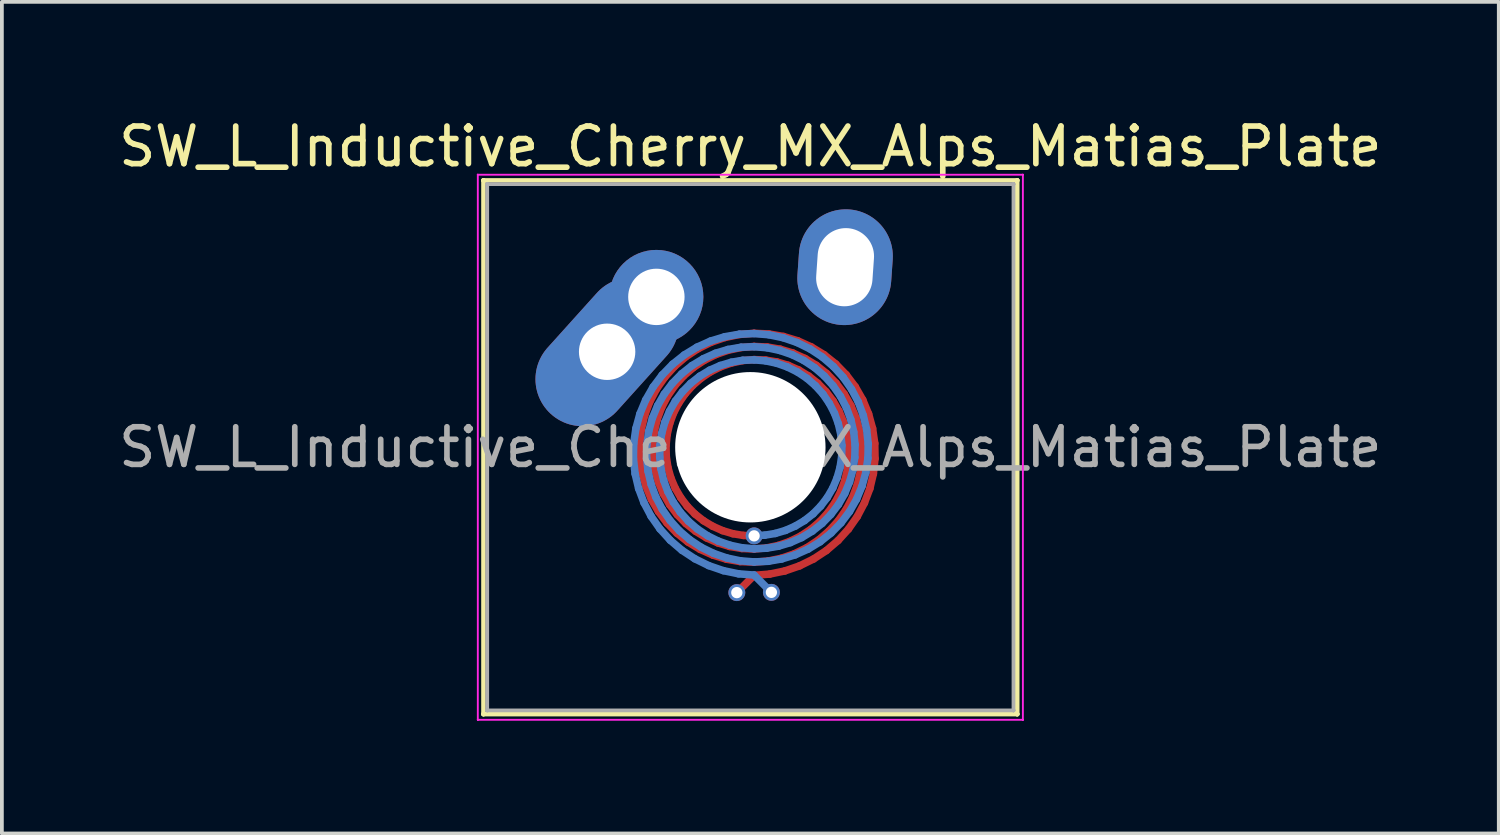
<source format=kicad_pcb>
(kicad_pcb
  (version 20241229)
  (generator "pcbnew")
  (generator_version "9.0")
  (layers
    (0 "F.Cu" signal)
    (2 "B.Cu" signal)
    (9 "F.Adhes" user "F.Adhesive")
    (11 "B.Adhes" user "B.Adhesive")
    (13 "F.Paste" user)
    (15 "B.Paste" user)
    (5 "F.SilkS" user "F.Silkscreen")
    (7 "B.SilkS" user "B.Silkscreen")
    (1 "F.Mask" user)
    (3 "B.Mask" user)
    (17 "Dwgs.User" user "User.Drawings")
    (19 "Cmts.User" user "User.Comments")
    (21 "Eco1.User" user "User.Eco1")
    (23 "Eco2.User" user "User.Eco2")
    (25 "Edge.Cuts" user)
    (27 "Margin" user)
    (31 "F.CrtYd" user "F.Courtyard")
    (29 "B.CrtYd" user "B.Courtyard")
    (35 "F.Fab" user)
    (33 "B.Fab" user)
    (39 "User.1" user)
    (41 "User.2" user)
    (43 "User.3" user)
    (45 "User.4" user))
  (footprint "SW_L_Inductive_Cherry_MX_Alps_Matias_Plate"
    (layer "F.Cu")
    (at 16.911 8.848)
    (property "Reference" "SW_L_Inductive_Cherry_MX_Alps_Matias_Plate" (at 0 -8 0) (layer "F.SilkS") (effects (font (size 1 1) (thickness 0.15))))
    (attr through_hole)
    (fp_line (start -2.942 -0.091) (end -2.901 -0.472) (stroke (width 0.2) (type solid)) (layer "F.Cu"))
    (fp_line (start -2.935 0.291) (end -2.942 -0.091) (stroke (width 0.2) (type solid)) (layer "F.Cu"))
    (fp_line (start -2.901 -0.472) (end -2.812 -0.846) (stroke (width 0.2) (type solid)) (layer "F.Cu"))
    (fp_line (start -2.88 0.669) (end -2.935 0.291) (stroke (width 0.2) (type solid)) (layer "F.Cu"))
    (fp_line (start -2.812 -0.846) (end -2.677 -1.207) (stroke (width 0.2) (type solid)) (layer "F.Cu"))
    (fp_line (start -2.779 1.035) (end -2.88 0.669) (stroke (width 0.2) (type solid)) (layer "F.Cu"))
    (fp_line (start -2.677 -1.207) (end -2.497 -1.548) (stroke (width 0.2) (type solid)) (layer "F.Cu"))
    (fp_line (start -2.633 1.386) (end -2.779 1.035) (stroke (width 0.2) (type solid)) (layer "F.Cu"))
    (fp_line (start -2.593 -0.069) (end -2.557 -0.407) (stroke (width 0.2) (type solid)) (layer "F.Cu"))
    (fp_line (start -2.586 0.269) (end -2.593 -0.069) (stroke (width 0.2) (type solid)) (layer "F.Cu"))
    (fp_line (start -2.557 -0.407) (end -2.479 -0.738) (stroke (width 0.2) (type solid)) (layer "F.Cu"))
    (fp_line (start -2.536 0.603) (end -2.586 0.269) (stroke (width 0.2) (type solid)) (layer "F.Cu"))
    (fp_line (start -2.497 -1.548) (end -2.275 -1.865) (stroke (width 0.2) (type solid)) (layer "F.Cu"))
    (fp_line (start -2.479 -0.738) (end -2.36 -1.058) (stroke (width 0.2) (type solid)) (layer "F.Cu"))
    (fp_line (start -2.446 0.927) (end -2.536 0.603) (stroke (width 0.2) (type solid)) (layer "F.Cu"))
    (fp_line (start -2.444 1.714) (end -2.633 1.386) (stroke (width 0.2) (type solid)) (layer "F.Cu"))
    (fp_line (start -2.36 -1.058) (end -2.202 -1.361) (stroke (width 0.2) (type solid)) (layer "F.Cu"))
    (fp_line (start -2.316 1.237) (end -2.446 0.927) (stroke (width 0.2) (type solid)) (layer "F.Cu"))
    (fp_line (start -2.275 -1.865) (end -2.015 -2.153) (stroke (width 0.2) (type solid)) (layer "F.Cu"))
    (fp_line (start -2.243 -0.047) (end -2.213 -0.341) (stroke (width 0.2) (type solid)) (layer "F.Cu"))
    (fp_line (start -2.236 0.247) (end -2.243 -0.047) (stroke (width 0.2) (type solid)) (layer "F.Cu"))
    (fp_line (start -2.216 2.016) (end -2.444 1.714) (stroke (width 0.2) (type solid)) (layer "F.Cu"))
    (fp_line (start -2.213 -0.341) (end -2.146 -0.63) (stroke (width 0.2) (type solid)) (layer "F.Cu"))
    (fp_line (start -2.202 -1.361) (end -2.006 -1.642) (stroke (width 0.2) (type solid)) (layer "F.Cu"))
    (fp_line (start -2.193 0.537) (end -2.236 0.247) (stroke (width 0.2) (type solid)) (layer "F.Cu"))
    (fp_line (start -2.148 1.527) (end -2.316 1.237) (stroke (width 0.2) (type solid)) (layer "F.Cu"))
    (fp_line (start -2.146 -0.63) (end -2.044 -0.909) (stroke (width 0.2) (type solid)) (layer "F.Cu"))
    (fp_line (start -2.113 0.819) (end -2.193 0.537) (stroke (width 0.2) (type solid)) (layer "F.Cu"))
    (fp_line (start -2.044 -0.909) (end -1.906 -1.173) (stroke (width 0.2) (type solid)) (layer "F.Cu"))
    (fp_line (start -2.015 -2.153) (end -1.72 -2.406) (stroke (width 0.2) (type solid)) (layer "F.Cu"))
    (fp_line (start -2.006 -1.642) (end -1.776 -1.897) (stroke (width 0.2) (type solid)) (layer "F.Cu"))
    (fp_line (start -1.999 1.088) (end -2.113 0.819) (stroke (width 0.2) (type solid)) (layer "F.Cu"))
    (fp_line (start -1.953 2.286) (end -2.216 2.016) (stroke (width 0.2) (type solid)) (layer "F.Cu"))
    (fp_line (start -1.946 1.793) (end -2.148 1.527) (stroke (width 0.2) (type solid)) (layer "F.Cu"))
    (fp_line (start -1.906 -1.173) (end -1.736 -1.419) (stroke (width 0.2) (type solid)) (layer "F.Cu"))
    (fp_line (start -1.853 1.339) (end -1.999 1.088) (stroke (width 0.2) (type solid)) (layer "F.Cu"))
    (fp_line (start -1.776 -1.897) (end -1.515 -2.122) (stroke (width 0.2) (type solid)) (layer "F.Cu"))
    (fp_line (start -1.736 -1.419) (end -1.536 -1.642) (stroke (width 0.2) (type solid)) (layer "F.Cu"))
    (fp_line (start -1.72 -2.406) (end -1.395 -2.62) (stroke (width 0.2) (type solid)) (layer "F.Cu"))
    (fp_line (start -1.713 2.031) (end -1.946 1.793) (stroke (width 0.2) (type solid)) (layer "F.Cu"))
    (fp_line (start -1.677 1.57) (end -1.853 1.339) (stroke (width 0.2) (type solid)) (layer "F.Cu"))
    (fp_line (start -1.659 2.521) (end -1.953 2.286) (stroke (width 0.2) (type solid)) (layer "F.Cu"))
    (fp_line (start -1.536 -1.642) (end -1.309 -1.839) (stroke (width 0.2) (type solid)) (layer "F.Cu"))
    (fp_line (start -1.515 -2.122) (end -1.227 -2.313) (stroke (width 0.2) (type solid)) (layer "F.Cu"))
    (fp_line (start -1.474 1.776) (end -1.677 1.57) (stroke (width 0.2) (type solid)) (layer "F.Cu"))
    (fp_line (start -1.453 2.237) (end -1.713 2.031) (stroke (width 0.2) (type solid)) (layer "F.Cu"))
    (fp_line (start -1.395 -2.62) (end -1.045 -2.793) (stroke (width 0.2) (type solid)) (layer "F.Cu"))
    (fp_line (start -1.338 2.716) (end -1.659 2.521) (stroke (width 0.2) (type solid)) (layer "F.Cu"))
    (fp_line (start -1.309 -1.839) (end -1.058 -2.007) (stroke (width 0.2) (type solid)) (layer "F.Cu"))
    (fp_line (start -1.247 1.954) (end -1.474 1.776) (stroke (width 0.2) (type solid)) (layer "F.Cu"))
    (fp_line (start -1.227 -2.313) (end -0.916 -2.467) (stroke (width 0.2) (type solid)) (layer "F.Cu"))
    (fp_line (start -1.169 2.409) (end -1.453 2.237) (stroke (width 0.2) (type solid)) (layer "F.Cu"))
    (fp_line (start -1.058 -2.007) (end -0.788 -2.142) (stroke (width 0.2) (type solid)) (layer "F.Cu"))
    (fp_line (start -1.045 -2.793) (end -0.675 -2.92) (stroke (width 0.2) (type solid)) (layer "F.Cu"))
    (fp_line (start -1.001 2.102) (end -1.247 1.954) (stroke (width 0.2) (type solid)) (layer "F.Cu"))
    (fp_line (start -0.996 2.869) (end -1.338 2.716) (stroke (width 0.2) (type solid)) (layer "F.Cu"))
    (fp_line (start -0.916 -2.467) (end -0.588 -2.581) (stroke (width 0.2) (type solid)) (layer "F.Cu"))
    (fp_line (start -0.867 2.543) (end -1.169 2.409) (stroke (width 0.2) (type solid)) (layer "F.Cu"))
    (fp_line (start -0.788 -2.142) (end -0.501 -2.242) (stroke (width 0.2) (type solid)) (layer "F.Cu"))
    (fp_line (start -0.739 2.218) (end -1.001 2.102) (stroke (width 0.2) (type solid)) (layer "F.Cu"))
    (fp_line (start -0.675 -2.92) (end -0.292 -3) (stroke (width 0.2) (type solid)) (layer "F.Cu"))
    (fp_line (start -0.639 2.978) (end -0.996 2.869) (stroke (width 0.2) (type solid)) (layer "F.Cu"))
    (fp_line (start -0.588 -2.581) (end -0.248 -2.653) (stroke (width 0.2) (type solid)) (layer "F.Cu"))
    (fp_line (start -0.552 2.639) (end -0.867 2.543) (stroke (width 0.2) (type solid)) (layer "F.Cu"))
    (fp_line (start -0.501 -2.242) (end -0.204 -2.306) (stroke (width 0.2) (type solid)) (layer "F.Cu"))
    (fp_line (start -0.465 2.3) (end -0.739 2.218) (stroke (width 0.2) (type solid)) (layer "F.Cu"))
    (fp_line (start -0.292 -3) (end 0.1 -3.032) (stroke (width 0.2) (type solid)) (layer "F.Cu"))
    (fp_line (start -0.271 3.041) (end -0.639 2.978) (stroke (width 0.2) (type solid)) (layer "F.Cu"))
    (fp_line (start -0.248 -2.653) (end 0.1 -2.682) (stroke (width 0.2) (type solid)) (layer "F.Cu"))
    (fp_line (start -0.228 2.693) (end -0.552 2.639) (stroke (width 0.2) (type solid)) (layer "F.Cu"))
    (fp_line (start -0.204 -2.306) (end 0.1 -2.332) (stroke (width 0.2) (type solid)) (layer "F.Cu"))
    (fp_line (start -0.184 2.346) (end -0.465 2.3) (stroke (width 0.2) (type solid)) (layer "F.Cu"))
    (fp_line (start 0.1 -3.032) (end 0.493 -3.014) (stroke (width 0.2) (type solid)) (layer "F.Cu"))
    (fp_line (start 0.1 -2.682) (end 0.45 -2.667) (stroke (width 0.2) (type solid)) (layer "F.Cu"))
    (fp_line (start 0.1 -2.332) (end 0.406 -2.32) (stroke (width 0.2) (type solid)) (layer "F.Cu"))
    (fp_line (start 0.1 2.357) (end -0.184 2.346) (stroke (width 0.2) (type solid)) (layer "F.Cu"))
    (fp_line (start 0.1 2.707) (end -0.228 2.693) (stroke (width 0.2) (type solid)) (layer "F.Cu"))
    (fp_line (start 0.1 3.057) (end -0.271 3.041) (stroke (width 0.2) (type solid)) (layer "F.Cu"))
    (fp_line (start 0.1 3.407) (end -0.36 3.867) (stroke (width 0.2) (type solid)) (layer "F.Cu"))
    (fp_line (start 0.406 -2.32) (end 0.708 -2.269) (stroke (width 0.2) (type solid)) (layer "F.Cu"))
    (fp_line (start 0.426 2.679) (end 0.1 2.707) (stroke (width 0.2) (type solid)) (layer "F.Cu"))
    (fp_line (start 0.45 -2.667) (end 0.795 -2.608) (stroke (width 0.2) (type solid)) (layer "F.Cu"))
    (fp_line (start 0.47 3.027) (end 0.1 3.057) (stroke (width 0.2) (type solid)) (layer "F.Cu"))
    (fp_line (start 0.493 -3.014) (end 0.882 -2.947) (stroke (width 0.2) (type solid)) (layer "F.Cu"))
    (fp_line (start 0.514 3.374) (end 0.1 3.407) (stroke (width 0.2) (type solid)) (layer "F.Cu"))
    (fp_line (start 0.708 -2.269) (end 1.003 -2.181) (stroke (width 0.2) (type solid)) (layer "F.Cu"))
    (fp_line (start 0.745 2.612) (end 0.426 2.679) (stroke (width 0.2) (type solid)) (layer "F.Cu"))
    (fp_line (start 0.795 -2.608) (end 1.132 -2.506) (stroke (width 0.2) (type solid)) (layer "F.Cu"))
    (fp_line (start 0.832 2.951) (end 0.47 3.027) (stroke (width 0.2) (type solid)) (layer "F.Cu"))
    (fp_line (start 0.882 -2.947) (end 1.261 -2.832) (stroke (width 0.2) (type solid)) (layer "F.Cu"))
    (fp_line (start 0.919 3.29) (end 0.514 3.374) (stroke (width 0.2) (type solid)) (layer "F.Cu"))
    (fp_line (start 1.003 -2.181) (end 1.285 -2.056) (stroke (width 0.2) (type solid)) (layer "F.Cu"))
    (fp_line (start 1.052 2.504) (end 0.745 2.612) (stroke (width 0.2) (type solid)) (layer "F.Cu"))
    (fp_line (start 1.132 -2.506) (end 1.454 -2.362) (stroke (width 0.2) (type solid)) (layer "F.Cu"))
    (fp_line (start 1.181 2.83) (end 0.832 2.951) (stroke (width 0.2) (type solid)) (layer "F.Cu"))
    (fp_line (start 1.261 -2.832) (end 1.622 -2.669) (stroke (width 0.2) (type solid)) (layer "F.Cu"))
    (fp_line (start 1.285 -2.056) (end 1.55 -1.896) (stroke (width 0.2) (type solid)) (layer "F.Cu"))
    (fp_line (start 1.31 3.155) (end 0.919 3.29) (stroke (width 0.2) (type solid)) (layer "F.Cu"))
    (fp_line (start 1.342 2.36) (end 1.052 2.504) (stroke (width 0.2) (type solid)) (layer "F.Cu"))
    (fp_line (start 1.454 -2.362) (end 1.756 -2.179) (stroke (width 0.2) (type solid)) (layer "F.Cu"))
    (fp_line (start 1.511 2.667) (end 1.181 2.83) (stroke (width 0.2) (type solid)) (layer "F.Cu"))
    (fp_line (start 1.55 -1.896) (end 1.794 -1.703) (stroke (width 0.2) (type solid)) (layer "F.Cu"))
    (fp_line (start 1.612 2.181) (end 1.342 2.36) (stroke (width 0.2) (type solid)) (layer "F.Cu"))
    (fp_line (start 1.622 -2.669) (end 1.962 -2.462) (stroke (width 0.2) (type solid)) (layer "F.Cu"))
    (fp_line (start 1.68 2.973) (end 1.31 3.155) (stroke (width 0.2) (type solid)) (layer "F.Cu"))
    (fp_line (start 1.756 -2.179) (end 2.033 -1.959) (stroke (width 0.2) (type solid)) (layer "F.Cu"))
    (fp_line (start 1.794 -1.703) (end 2.012 -1.481) (stroke (width 0.2) (type solid)) (layer "F.Cu"))
    (fp_line (start 1.818 2.464) (end 1.511 2.667) (stroke (width 0.2) (type solid)) (layer "F.Cu"))
    (fp_line (start 1.856 1.97) (end 1.612 2.181) (stroke (width 0.2) (type solid)) (layer "F.Cu"))
    (fp_line (start 1.962 -2.462) (end 2.273 -2.214) (stroke (width 0.2) (type solid)) (layer "F.Cu"))
    (fp_line (start 2.012 -1.481) (end 2.201 -1.233) (stroke (width 0.2) (type solid)) (layer "F.Cu"))
    (fp_line (start 2.023 2.747) (end 1.68 2.973) (stroke (width 0.2) (type solid)) (layer "F.Cu"))
    (fp_line (start 2.033 -1.959) (end 2.281 -1.705) (stroke (width 0.2) (type solid)) (layer "F.Cu"))
    (fp_line (start 2.071 1.731) (end 1.856 1.97) (stroke (width 0.2) (type solid)) (layer "F.Cu"))
    (fp_line (start 2.095 2.225) (end 1.818 2.464) (stroke (width 0.2) (type solid)) (layer "F.Cu"))
    (fp_line (start 2.201 -1.233) (end 2.358 -0.962) (stroke (width 0.2) (type solid)) (layer "F.Cu"))
    (fp_line (start 2.254 1.467) (end 2.071 1.731) (stroke (width 0.2) (type solid)) (layer "F.Cu"))
    (fp_line (start 2.273 -2.214) (end 2.551 -1.928) (stroke (width 0.2) (type solid)) (layer "F.Cu"))
    (fp_line (start 2.281 -1.705) (end 2.496 -1.421) (stroke (width 0.2) (type solid)) (layer "F.Cu"))
    (fp_line (start 2.335 2.48) (end 2.023 2.747) (stroke (width 0.2) (type solid)) (layer "F.Cu"))
    (fp_line (start 2.341 1.954) (end 2.095 2.225) (stroke (width 0.2) (type solid)) (layer "F.Cu"))
    (fp_line (start 2.358 -0.962) (end 2.48 -0.673) (stroke (width 0.2) (type solid)) (layer "F.Cu"))
    (fp_line (start 2.402 1.183) (end 2.254 1.467) (stroke (width 0.2) (type solid)) (layer "F.Cu"))
    (fp_line (start 2.48 -0.673) (end 2.565 -0.37) (stroke (width 0.2) (type solid)) (layer "F.Cu"))
    (fp_line (start 2.496 -1.421) (end 2.674 -1.111) (stroke (width 0.2) (type solid)) (layer "F.Cu"))
    (fp_line (start 2.513 0.884) (end 2.402 1.183) (stroke (width 0.2) (type solid)) (layer "F.Cu"))
    (fp_line (start 2.549 1.654) (end 2.341 1.954) (stroke (width 0.2) (type solid)) (layer "F.Cu"))
    (fp_line (start 2.551 -1.928) (end 2.792 -1.608) (stroke (width 0.2) (type solid)) (layer "F.Cu"))
    (fp_line (start 2.565 -0.37) (end 2.611 -0.058) (stroke (width 0.2) (type solid)) (layer "F.Cu"))
    (fp_line (start 2.585 0.574) (end 2.513 0.884) (stroke (width 0.2) (type solid)) (layer "F.Cu"))
    (fp_line (start 2.61 2.177) (end 2.335 2.48) (stroke (width 0.2) (type solid)) (layer "F.Cu"))
    (fp_line (start 2.611 -0.058) (end 2.618 0.258) (stroke (width 0.2) (type solid)) (layer "F.Cu"))
    (fp_line (start 2.618 0.258) (end 2.585 0.574) (stroke (width 0.2) (type solid)) (layer "F.Cu"))
    (fp_line (start 2.674 -1.111) (end 2.812 -0.781) (stroke (width 0.2) (type solid)) (layer "F.Cu"))
    (fp_line (start 2.719 1.332) (end 2.549 1.654) (stroke (width 0.2) (type solid)) (layer "F.Cu"))
    (fp_line (start 2.792 -1.608) (end 2.991 -1.26) (stroke (width 0.2) (type solid)) (layer "F.Cu"))
    (fp_line (start 2.812 -0.781) (end 2.908 -0.436) (stroke (width 0.2) (type solid)) (layer "F.Cu"))
    (fp_line (start 2.845 1.842) (end 2.61 2.177) (stroke (width 0.2) (type solid)) (layer "F.Cu"))
    (fp_line (start 2.846 0.992) (end 2.719 1.332) (stroke (width 0.2) (type solid)) (layer "F.Cu"))
    (fp_line (start 2.908 -0.436) (end 2.96 -0.08) (stroke (width 0.2) (type solid)) (layer "F.Cu"))
    (fp_line (start 2.929 0.64) (end 2.846 0.992) (stroke (width 0.2) (type solid)) (layer "F.Cu"))
    (fp_line (start 2.96 -0.08) (end 2.967 0.28) (stroke (width 0.2) (type solid)) (layer "F.Cu"))
    (fp_line (start 2.967 0.28) (end 2.929 0.64) (stroke (width 0.2) (type solid)) (layer "F.Cu"))
    (fp_line (start 2.991 -1.26) (end 3.145 -0.889) (stroke (width 0.2) (type solid)) (layer "F.Cu"))
    (fp_line (start 3.035 1.481) (end 2.845 1.842) (stroke (width 0.2) (type solid)) (layer "F.Cu"))
    (fp_line (start 3.145 -0.889) (end 3.252 -0.501) (stroke (width 0.2) (type solid)) (layer "F.Cu"))
    (fp_line (start 3.179 1.1) (end 3.035 1.481) (stroke (width 0.2) (type solid)) (layer "F.Cu"))
    (fp_line (start 3.252 -0.501) (end 3.31 -0.102) (stroke (width 0.2) (type solid)) (layer "F.Cu"))
    (fp_line (start 3.273 0.705) (end 3.179 1.1) (stroke (width 0.2) (type solid)) (layer "F.Cu"))
    (fp_line (start 3.31 -0.102) (end 3.317 0.302) (stroke (width 0.2) (type solid)) (layer "F.Cu"))
    (fp_line (start 3.317 0.302) (end 3.273 0.705) (stroke (width 0.2) (type solid)) (layer "F.Cu"))
    (fp_line (start -3.11 0.302) (end -3.103 -0.101) (stroke (width 0.2) (type solid)) (layer "B.Cu"))
    (fp_line (start -3.103 -0.101) (end -3.045 -0.5) (stroke (width 0.2) (type solid)) (layer "B.Cu"))
    (fp_line (start -3.066 0.704) (end -3.11 0.302) (stroke (width 0.2) (type solid)) (layer "B.Cu"))
    (fp_line (start -3.045 -0.5) (end -2.939 -0.887) (stroke (width 0.2) (type solid)) (layer "B.Cu"))
    (fp_line (start -2.972 1.098) (end -3.066 0.704) (stroke (width 0.2) (type solid)) (layer "B.Cu"))
    (fp_line (start -2.939 -0.887) (end -2.785 -1.257) (stroke (width 0.2) (type solid)) (layer "B.Cu"))
    (fp_line (start -2.829 1.478) (end -2.972 1.098) (stroke (width 0.2) (type solid)) (layer "B.Cu"))
    (fp_line (start -2.785 -1.257) (end -2.586 -1.604) (stroke (width 0.2) (type solid)) (layer "B.Cu"))
    (fp_line (start -2.76 0.28) (end -2.753 -0.08) (stroke (width 0.2) (type solid)) (layer "B.Cu"))
    (fp_line (start -2.753 -0.08) (end -2.701 -0.434) (stroke (width 0.2) (type solid)) (layer "B.Cu"))
    (fp_line (start -2.722 0.638) (end -2.76 0.28) (stroke (width 0.2) (type solid)) (layer "B.Cu"))
    (fp_line (start -2.701 -0.434) (end -2.606 -0.779) (stroke (width 0.2) (type solid)) (layer "B.Cu"))
    (fp_line (start -2.639 0.99) (end -2.722 0.638) (stroke (width 0.2) (type solid)) (layer "B.Cu"))
    (fp_line (start -2.639 1.838) (end -2.829 1.478) (stroke (width 0.2) (type solid)) (layer "B.Cu"))
    (fp_line (start -2.606 -0.779) (end -2.468 -1.108) (stroke (width 0.2) (type solid)) (layer "B.Cu"))
    (fp_line (start -2.586 -1.604) (end -2.346 -1.923) (stroke (width 0.2) (type solid)) (layer "B.Cu"))
    (fp_line (start -2.512 1.329) (end -2.639 0.99) (stroke (width 0.2) (type solid)) (layer "B.Cu"))
    (fp_line (start -2.468 -1.108) (end -2.29 -1.417) (stroke (width 0.2) (type solid)) (layer "B.Cu"))
    (fp_line (start -2.411 0.258) (end -2.404 -0.058) (stroke (width 0.2) (type solid)) (layer "B.Cu"))
    (fp_line (start -2.405 2.172) (end -2.639 1.838) (stroke (width 0.2) (type solid)) (layer "B.Cu"))
    (fp_line (start -2.404 -0.058) (end -2.358 -0.369) (stroke (width 0.2) (type solid)) (layer "B.Cu"))
    (fp_line (start -2.378 0.573) (end -2.411 0.258) (stroke (width 0.2) (type solid)) (layer "B.Cu"))
    (fp_line (start -2.358 -0.369) (end -2.273 -0.671) (stroke (width 0.2) (type solid)) (layer "B.Cu"))
    (fp_line (start -2.346 -1.923) (end -2.068 -2.209) (stroke (width 0.2) (type solid)) (layer "B.Cu"))
    (fp_line (start -2.343 1.651) (end -2.512 1.329) (stroke (width 0.2) (type solid)) (layer "B.Cu"))
    (fp_line (start -2.306 0.882) (end -2.378 0.573) (stroke (width 0.2) (type solid)) (layer "B.Cu"))
    (fp_line (start -2.29 -1.417) (end -2.076 -1.7) (stroke (width 0.2) (type solid)) (layer "B.Cu"))
    (fp_line (start -2.273 -0.671) (end -2.151 -0.959) (stroke (width 0.2) (type solid)) (layer "B.Cu"))
    (fp_line (start -2.196 1.18) (end -2.306 0.882) (stroke (width 0.2) (type solid)) (layer "B.Cu"))
    (fp_line (start -2.151 -0.959) (end -1.995 -1.229) (stroke (width 0.2) (type solid)) (layer "B.Cu"))
    (fp_line (start -2.135 1.949) (end -2.343 1.651) (stroke (width 0.2) (type solid)) (layer "B.Cu"))
    (fp_line (start -2.13 2.475) (end -2.405 2.172) (stroke (width 0.2) (type solid)) (layer "B.Cu"))
    (fp_line (start -2.076 -1.7) (end -1.828 -1.954) (stroke (width 0.2) (type solid)) (layer "B.Cu"))
    (fp_line (start -2.068 -2.209) (end -1.757 -2.456) (stroke (width 0.2) (type solid)) (layer "B.Cu"))
    (fp_line (start -2.048 1.463) (end -2.196 1.18) (stroke (width 0.2) (type solid)) (layer "B.Cu"))
    (fp_line (start -1.995 -1.229) (end -1.806 -1.477) (stroke (width 0.2) (type solid)) (layer "B.Cu"))
    (fp_line (start -1.891 2.22) (end -2.135 1.949) (stroke (width 0.2) (type solid)) (layer "B.Cu"))
    (fp_line (start -1.866 1.726) (end -2.048 1.463) (stroke (width 0.2) (type solid)) (layer "B.Cu"))
    (fp_line (start -1.828 -1.954) (end -1.552 -2.173) (stroke (width 0.2) (type solid)) (layer "B.Cu"))
    (fp_line (start -1.819 2.741) (end -2.13 2.475) (stroke (width 0.2) (type solid)) (layer "B.Cu"))
    (fp_line (start -1.806 -1.477) (end -1.589 -1.698) (stroke (width 0.2) (type solid)) (layer "B.Cu"))
    (fp_line (start -1.757 -2.456) (end -1.419 -2.663) (stroke (width 0.2) (type solid)) (layer "B.Cu"))
    (fp_line (start -1.651 1.965) (end -1.866 1.726) (stroke (width 0.2) (type solid)) (layer "B.Cu"))
    (fp_line (start -1.613 2.458) (end -1.891 2.22) (stroke (width 0.2) (type solid)) (layer "B.Cu"))
    (fp_line (start -1.589 -1.698) (end -1.346 -1.89) (stroke (width 0.2) (type solid)) (layer "B.Cu"))
    (fp_line (start -1.552 -2.173) (end -1.25 -2.356) (stroke (width 0.2) (type solid)) (layer "B.Cu"))
    (fp_line (start -1.476 2.967) (end -1.819 2.741) (stroke (width 0.2) (type solid)) (layer "B.Cu"))
    (fp_line (start -1.419 -2.663) (end -1.058 -2.825) (stroke (width 0.2) (type solid)) (layer "B.Cu"))
    (fp_line (start -1.408 2.175) (end -1.651 1.965) (stroke (width 0.2) (type solid)) (layer "B.Cu"))
    (fp_line (start -1.346 -1.89) (end -1.082 -2.05) (stroke (width 0.2) (type solid)) (layer "B.Cu"))
    (fp_line (start -1.308 2.661) (end -1.613 2.458) (stroke (width 0.2) (type solid)) (layer "B.Cu"))
    (fp_line (start -1.25 -2.356) (end -0.929 -2.5) (stroke (width 0.2) (type solid)) (layer "B.Cu"))
    (fp_line (start -1.139 2.354) (end -1.408 2.175) (stroke (width 0.2) (type solid)) (layer "B.Cu"))
    (fp_line (start -1.107 3.149) (end -1.476 2.967) (stroke (width 0.2) (type solid)) (layer "B.Cu"))
    (fp_line (start -1.082 -2.05) (end -0.8 -2.174) (stroke (width 0.2) (type solid)) (layer "B.Cu"))
    (fp_line (start -1.058 -2.825) (end -0.681 -2.94) (stroke (width 0.2) (type solid)) (layer "B.Cu"))
    (fp_line (start -0.978 2.823) (end -1.308 2.661) (stroke (width 0.2) (type solid)) (layer "B.Cu"))
    (fp_line (start -0.929 -2.5) (end -0.594 -2.601) (stroke (width 0.2) (type solid)) (layer "B.Cu"))
    (fp_line (start -0.849 2.498) (end -1.139 2.354) (stroke (width 0.2) (type solid)) (layer "B.Cu"))
    (fp_line (start -0.8 -2.174) (end -0.507 -2.262) (stroke (width 0.2) (type solid)) (layer "B.Cu"))
    (fp_line (start -0.717 3.283) (end -1.107 3.149) (stroke (width 0.2) (type solid)) (layer "B.Cu"))
    (fp_line (start -0.681 -2.94) (end -0.293 -3.007) (stroke (width 0.2) (type solid)) (layer "B.Cu"))
    (fp_line (start -0.63 2.944) (end -0.978 2.823) (stroke (width 0.2) (type solid)) (layer "B.Cu"))
    (fp_line (start -0.594 -2.601) (end -0.249 -2.66) (stroke (width 0.2) (type solid)) (layer "B.Cu"))
    (fp_line (start -0.543 2.605) (end -0.849 2.498) (stroke (width 0.2) (type solid)) (layer "B.Cu"))
    (fp_line (start -0.507 -2.262) (end -0.205 -2.313) (stroke (width 0.2) (type solid)) (layer "B.Cu"))
    (fp_line (start -0.313 3.367) (end -0.717 3.283) (stroke (width 0.2) (type solid)) (layer "B.Cu"))
    (fp_line (start -0.293 -3.007) (end 0.1 -3.025) (stroke (width 0.2) (type solid)) (layer "B.Cu"))
    (fp_line (start -0.269 3.02) (end -0.63 2.944) (stroke (width 0.2) (type solid)) (layer "B.Cu"))
    (fp_line (start -0.249 -2.66) (end 0.1 -2.675) (stroke (width 0.2) (type solid)) (layer "B.Cu"))
    (fp_line (start -0.225 2.673) (end -0.543 2.605) (stroke (width 0.2) (type solid)) (layer "B.Cu"))
    (fp_line (start -0.205 -2.313) (end 0.1 -2.325) (stroke (width 0.2) (type solid)) (layer "B.Cu"))
    (fp_line (start 0.1 -3.025) (end 0.491 -2.993) (stroke (width 0.2) (type solid)) (layer "B.Cu"))
    (fp_line (start 0.1 -2.675) (end 0.447 -2.646) (stroke (width 0.2) (type solid)) (layer "B.Cu"))
    (fp_line (start 0.1 -2.325) (end 0.403 -2.299) (stroke (width 0.2) (type solid)) (layer "B.Cu"))
    (fp_line (start 0.1 2.7) (end -0.225 2.673) (stroke (width 0.2) (type solid)) (layer "B.Cu"))
    (fp_line (start 0.1 3.05) (end -0.269 3.02) (stroke (width 0.2) (type solid)) (layer "B.Cu"))
    (fp_line (start 0.1 3.4) (end -0.313 3.367) (stroke (width 0.2) (type solid)) (layer "B.Cu"))
    (fp_line (start 0.383 2.339) (end 0.1 2.35) (stroke (width 0.2) (type solid)) (layer "B.Cu"))
    (fp_line (start 0.403 -2.299) (end 0.7 -2.235) (stroke (width 0.2) (type solid)) (layer "B.Cu"))
    (fp_line (start 0.427 2.686) (end 0.1 2.7) (stroke (width 0.2) (type solid)) (layer "B.Cu"))
    (fp_line (start 0.447 -2.646) (end 0.787 -2.574) (stroke (width 0.2) (type solid)) (layer "B.Cu"))
    (fp_line (start 0.471 3.034) (end 0.1 3.05) (stroke (width 0.2) (type solid)) (layer "B.Cu"))
    (fp_line (start 0.491 -2.993) (end 0.874 -2.913) (stroke (width 0.2) (type solid)) (layer "B.Cu"))
    (fp_line (start 0.56 3.86) (end 0.1 3.4) (stroke (width 0.2) (type solid)) (layer "B.Cu"))
    (fp_line (start 0.663 2.293) (end 0.383 2.339) (stroke (width 0.2) (type solid)) (layer "B.Cu"))
    (fp_line (start 0.7 -2.235) (end 0.985 -2.135) (stroke (width 0.2) (type solid)) (layer "B.Cu"))
    (fp_line (start 0.75 2.632) (end 0.427 2.686) (stroke (width 0.2) (type solid)) (layer "B.Cu"))
    (fp_line (start 0.787 -2.574) (end 1.114 -2.461) (stroke (width 0.2) (type solid)) (layer "B.Cu"))
    (fp_line (start 0.837 2.971) (end 0.471 3.034) (stroke (width 0.2) (type solid)) (layer "B.Cu"))
    (fp_line (start 0.874 -2.913) (end 1.243 -2.786) (stroke (width 0.2) (type solid)) (layer "B.Cu"))
    (fp_line (start 0.936 2.212) (end 0.663 2.293) (stroke (width 0.2) (type solid)) (layer "B.Cu"))
    (fp_line (start 0.985 -2.135) (end 1.255 -2.001) (stroke (width 0.2) (type solid)) (layer "B.Cu"))
    (fp_line (start 1.065 2.537) (end 0.75 2.632) (stroke (width 0.2) (type solid)) (layer "B.Cu"))
    (fp_line (start 1.114 -2.461) (end 1.423 -2.307) (stroke (width 0.2) (type solid)) (layer "B.Cu"))
    (fp_line (start 1.194 2.862) (end 0.837 2.971) (stroke (width 0.2) (type solid)) (layer "B.Cu"))
    (fp_line (start 1.197 2.096) (end 0.936 2.212) (stroke (width 0.2) (type solid)) (layer "B.Cu"))
    (fp_line (start 1.243 -2.786) (end 1.592 -2.614) (stroke (width 0.2) (type solid)) (layer "B.Cu"))
    (fp_line (start 1.255 -2.001) (end 1.505 -1.834) (stroke (width 0.2) (type solid)) (layer "B.Cu"))
    (fp_line (start 1.366 2.403) (end 1.065 2.537) (stroke (width 0.2) (type solid)) (layer "B.Cu"))
    (fp_line (start 1.423 -2.307) (end 1.711 -2.117) (stroke (width 0.2) (type solid)) (layer "B.Cu"))
    (fp_line (start 1.443 1.949) (end 1.197 2.096) (stroke (width 0.2) (type solid)) (layer "B.Cu"))
    (fp_line (start 1.505 -1.834) (end 1.731 -1.637) (stroke (width 0.2) (type solid)) (layer "B.Cu"))
    (fp_line (start 1.535 2.71) (end 1.194 2.862) (stroke (width 0.2) (type solid)) (layer "B.Cu"))
    (fp_line (start 1.592 -2.614) (end 1.916 -2.4) (stroke (width 0.2) (type solid)) (layer "B.Cu"))
    (fp_line (start 1.649 2.232) (end 1.366 2.403) (stroke (width 0.2) (type solid)) (layer "B.Cu"))
    (fp_line (start 1.669 1.771) (end 1.443 1.949) (stroke (width 0.2) (type solid)) (layer "B.Cu"))
    (fp_line (start 1.711 -2.117) (end 1.971 -1.892) (stroke (width 0.2) (type solid)) (layer "B.Cu"))
    (fp_line (start 1.731 -1.637) (end 1.931 -1.415) (stroke (width 0.2) (type solid)) (layer "B.Cu"))
    (fp_line (start 1.855 2.515) (end 1.535 2.71) (stroke (width 0.2) (type solid)) (layer "B.Cu"))
    (fp_line (start 1.871 1.565) (end 1.669 1.771) (stroke (width 0.2) (type solid)) (layer "B.Cu"))
    (fp_line (start 1.909 2.026) (end 1.649 2.232) (stroke (width 0.2) (type solid)) (layer "B.Cu"))
    (fp_line (start 1.916 -2.4) (end 2.21 -2.147) (stroke (width 0.2) (type solid)) (layer "B.Cu"))
    (fp_line (start 1.931 -1.415) (end 2.1 -1.169) (stroke (width 0.2) (type solid)) (layer "B.Cu"))
    (fp_line (start 1.971 -1.892) (end 2.2 -1.638) (stroke (width 0.2) (type solid)) (layer "B.Cu"))
    (fp_line (start 2.047 1.336) (end 1.871 1.565) (stroke (width 0.2) (type solid)) (layer "B.Cu"))
    (fp_line (start 2.1 -1.169) (end 2.237 -0.906) (stroke (width 0.2) (type solid)) (layer "B.Cu"))
    (fp_line (start 2.141 1.789) (end 1.909 2.026) (stroke (width 0.2) (type solid)) (layer "B.Cu"))
    (fp_line (start 2.148 2.281) (end 1.855 2.515) (stroke (width 0.2) (type solid)) (layer "B.Cu"))
    (fp_line (start 2.193 1.085) (end 2.047 1.336) (stroke (width 0.2) (type solid)) (layer "B.Cu"))
    (fp_line (start 2.2 -1.638) (end 2.396 -1.357) (stroke (width 0.2) (type solid)) (layer "B.Cu"))
    (fp_line (start 2.21 -2.147) (end 2.47 -1.861) (stroke (width 0.2) (type solid)) (layer "B.Cu"))
    (fp_line (start 2.237 -0.906) (end 2.34 -0.628) (stroke (width 0.2) (type solid)) (layer "B.Cu"))
    (fp_line (start 2.306 0.817) (end 2.193 1.085) (stroke (width 0.2) (type solid)) (layer "B.Cu"))
    (fp_line (start 2.34 -0.628) (end 2.406 -0.34) (stroke (width 0.2) (type solid)) (layer "B.Cu"))
    (fp_line (start 2.343 1.523) (end 2.141 1.789) (stroke (width 0.2) (type solid)) (layer "B.Cu"))
    (fp_line (start 2.386 0.536) (end 2.306 0.817) (stroke (width 0.2) (type solid)) (layer "B.Cu"))
    (fp_line (start 2.396 -1.357) (end 2.554 -1.055) (stroke (width 0.2) (type solid)) (layer "B.Cu"))
    (fp_line (start 2.406 -0.34) (end 2.436 -0.047) (stroke (width 0.2) (type solid)) (layer "B.Cu"))
    (fp_line (start 2.411 2.012) (end 2.148 2.281) (stroke (width 0.2) (type solid)) (layer "B.Cu"))
    (fp_line (start 2.429 0.247) (end 2.386 0.536) (stroke (width 0.2) (type solid)) (layer "B.Cu"))
    (fp_line (start 2.436 -0.047) (end 2.429 0.247) (stroke (width 0.2) (type solid)) (layer "B.Cu"))
    (fp_line (start 2.47 -1.861) (end 2.691 -1.544) (stroke (width 0.2) (type solid)) (layer "B.Cu"))
    (fp_line (start 2.51 1.234) (end 2.343 1.523) (stroke (width 0.2) (type solid)) (layer "B.Cu"))
    (fp_line (start 2.554 -1.055) (end 2.673 -0.736) (stroke (width 0.2) (type solid)) (layer "B.Cu"))
    (fp_line (start 2.638 1.711) (end 2.411 2.012) (stroke (width 0.2) (type solid)) (layer "B.Cu"))
    (fp_line (start 2.639 0.925) (end 2.51 1.234) (stroke (width 0.2) (type solid)) (layer "B.Cu"))
    (fp_line (start 2.673 -0.736) (end 2.75 -0.406) (stroke (width 0.2) (type solid)) (layer "B.Cu"))
    (fp_line (start 2.691 -1.544) (end 2.871 -1.204) (stroke (width 0.2) (type solid)) (layer "B.Cu"))
    (fp_line (start 2.73 0.602) (end 2.639 0.925) (stroke (width 0.2) (type solid)) (layer "B.Cu"))
    (fp_line (start 2.75 -0.406) (end 2.786 -0.069) (stroke (width 0.2) (type solid)) (layer "B.Cu"))
    (fp_line (start 2.779 0.269) (end 2.73 0.602) (stroke (width 0.2) (type solid)) (layer "B.Cu"))
    (fp_line (start 2.786 -0.069) (end 2.779 0.269) (stroke (width 0.2) (type solid)) (layer "B.Cu"))
    (fp_line (start 2.826 1.383) (end 2.638 1.711) (stroke (width 0.2) (type solid)) (layer "B.Cu"))
    (fp_line (start 2.871 -1.204) (end 3.005 -0.844) (stroke (width 0.2) (type solid)) (layer "B.Cu"))
    (fp_line (start 2.972 1.033) (end 2.826 1.383) (stroke (width 0.2) (type solid)) (layer "B.Cu"))
    (fp_line (start 3.005 -0.844) (end 3.094 -0.471) (stroke (width 0.2) (type solid)) (layer "B.Cu"))
    (fp_line (start 3.073 0.667) (end 2.972 1.033) (stroke (width 0.2) (type solid)) (layer "B.Cu"))
    (fp_line (start 3.094 -0.471) (end 3.135 -0.091) (stroke (width 0.2) (type solid)) (layer "B.Cu"))
    (fp_line (start 3.128 0.291) (end 3.073 0.667) (stroke (width 0.2) (type solid)) (layer "B.Cu"))
    (fp_line (start 3.135 -0.091) (end 3.128 0.291) (stroke (width 0.2) (type solid)) (layer "B.Cu"))
    (fp_line (start -7.1 -7.1) (end -7.1 -7.1) (stroke (width 0.12) (type solid)) (layer "F.SilkS"))
    (fp_line (start -7.1 -7.1) (end -7.1 -7.1) (stroke (width 0.12) (type solid)) (layer "F.SilkS"))
    (fp_line (start -7.1 -7.1) (end 7.1 -7.1) (stroke (width 0.12) (type solid)) (layer "F.SilkS"))
    (fp_line (start -7.1 7.1) (end -7.1 -7.1) (stroke (width 0.12) (type solid)) (layer "F.SilkS"))
    (fp_line (start -7.1 7.1) (end -7.1 7.1) (stroke (width 0.12) (type solid)) (layer "F.SilkS"))
    (fp_line (start -7.1 7.1) (end -7.1 7.1) (stroke (width 0.12) (type solid)) (layer "F.SilkS"))
    (fp_line (start 7.1 -7.1) (end 7.1 -7.1) (stroke (width 0.12) (type solid)) (layer "F.SilkS"))
    (fp_line (start 7.1 -7.1) (end 7.1 -7.1) (stroke (width 0.12) (type solid)) (layer "F.SilkS"))
    (fp_line (start 7.1 -7.1) (end 7.1 7.1) (stroke (width 0.12) (type solid)) (layer "F.SilkS"))
    (fp_line (start 7.1 7.1) (end -7.1 7.1) (stroke (width 0.12) (type solid)) (layer "F.SilkS"))
    (fp_line (start 7.1 7.1) (end 7.1 7.1) (stroke (width 0.12) (type solid)) (layer "F.SilkS"))
    (fp_line (start 7.1 7.1) (end 7.1 7.1) (stroke (width 0.12) (type solid)) (layer "F.SilkS"))
    (fp_line (start -7.25 -7.25) (end -7.25 -7.25) (stroke (width 0.05) (type solid)) (layer "F.CrtYd"))
    (fp_line (start -7.25 -7.25) (end -7.25 -7.25) (stroke (width 0.05) (type solid)) (layer "F.CrtYd"))
    (fp_line (start -7.25 -7.25) (end 7.25 -7.25) (stroke (width 0.05) (type solid)) (layer "F.CrtYd"))
    (fp_line (start -7.25 7.25) (end -7.25 -7.25) (stroke (width 0.05) (type solid)) (layer "F.CrtYd"))
    (fp_line (start -7.25 7.25) (end -7.25 7.25) (stroke (width 0.05) (type solid)) (layer "F.CrtYd"))
    (fp_line (start -7.25 7.25) (end -7.25 7.25) (stroke (width 0.05) (type solid)) (layer "F.CrtYd"))
    (fp_line (start 7.25 -7.25) (end 7.25 -7.25) (stroke (width 0.05) (type solid)) (layer "F.CrtYd"))
    (fp_line (start 7.25 -7.25) (end 7.25 -7.25) (stroke (width 0.05) (type solid)) (layer "F.CrtYd"))
    (fp_line (start 7.25 -7.25) (end 7.25 7.25) (stroke (width 0.05) (type solid)) (layer "F.CrtYd"))
    (fp_line (start 7.25 7.25) (end -7.25 7.25) (stroke (width 0.05) (type solid)) (layer "F.CrtYd"))
    (fp_line (start 7.25 7.25) (end 7.25 7.25) (stroke (width 0.05) (type solid)) (layer "F.CrtYd"))
    (fp_line (start 7.25 7.25) (end 7.25 7.25) (stroke (width 0.05) (type solid)) (layer "F.CrtYd"))
    (fp_line (start -7 -7) (end -7 -7) (stroke (width 0.1) (type solid)) (layer "F.Fab"))
    (fp_line (start -7 -7) (end -7 -7) (stroke (width 0.1) (type solid)) (layer "F.Fab"))
    (fp_line (start -7 -7) (end 7 -7) (stroke (width 0.1) (type solid)) (layer "F.Fab"))
    (fp_line (start -7 7) (end -7 -7) (stroke (width 0.1) (type solid)) (layer "F.Fab"))
    (fp_line (start -7 7) (end -7 7) (stroke (width 0.1) (type solid)) (layer "F.Fab"))
    (fp_line (start -7 7) (end -7 7) (stroke (width 0.1) (type solid)) (layer "F.Fab"))
    (fp_line (start 7 -7) (end 7 -7) (stroke (width 0.1) (type solid)) (layer "F.Fab"))
    (fp_line (start 7 -7) (end 7 -7) (stroke (width 0.1) (type solid)) (layer "F.Fab"))
    (fp_line (start 7 -7) (end 7 7) (stroke (width 0.1) (type solid)) (layer "F.Fab"))
    (fp_line (start 7 7) (end -7 7) (stroke (width 0.1) (type solid)) (layer "F.Fab"))
    (fp_line (start 7 7) (end 7 7) (stroke (width 0.1) (type solid)) (layer "F.Fab"))
    (fp_line (start 7 7) (end 7 7) (stroke (width 0.1) (type solid)) (layer "F.Fab"))
    (fp_text user "${REFERENCE}" (at 0 0 0) (layer "F.Fab") (effects (font (size 1 1) (thickness 0.15))))
    (pad "" np_thru_hole circle (at 0 0) (size 4 4) (drill 4) (layers "*.Cu" "*.Mask"))
    (pad "" thru_hole circle (at 0.1 2.357) (size 0.45 0.45) (drill 0.3) (layers "*.Cu"))
    (pad "1" thru_hole oval (at -3.81 -2.54 48) (size 4.462 2.5) (drill 1.5) (layers "*.Cu" "B.Mask"))
    (pad "1" thru_hole circle (at -2.5 -4) (size 2.5 2.5) (drill 1.5) (layers "*.Cu" "B.Mask"))
    (pad "2" thru_hole oval (at 2.52 -4.79 86) (size 3.081 2.5) (drill oval 2.081 1.5) (layers "*.Cu" "B.Mask"))
    (pad "3" thru_hole circle (at -0.36 3.867) (size 0.45 0.45) (drill 0.3) (layers "*.Cu"))
    (pad "4" thru_hole circle (at 0.56 3.86) (size 0.45 0.45) (drill 0.3) (layers "*.Cu")))
  (gr_rect
    (start -3 -3)
    (end 36.821 19.123)
    (stroke (width 0.1) (type default))
    (fill no)
    (layer "Edge.Cuts")))
</source>
